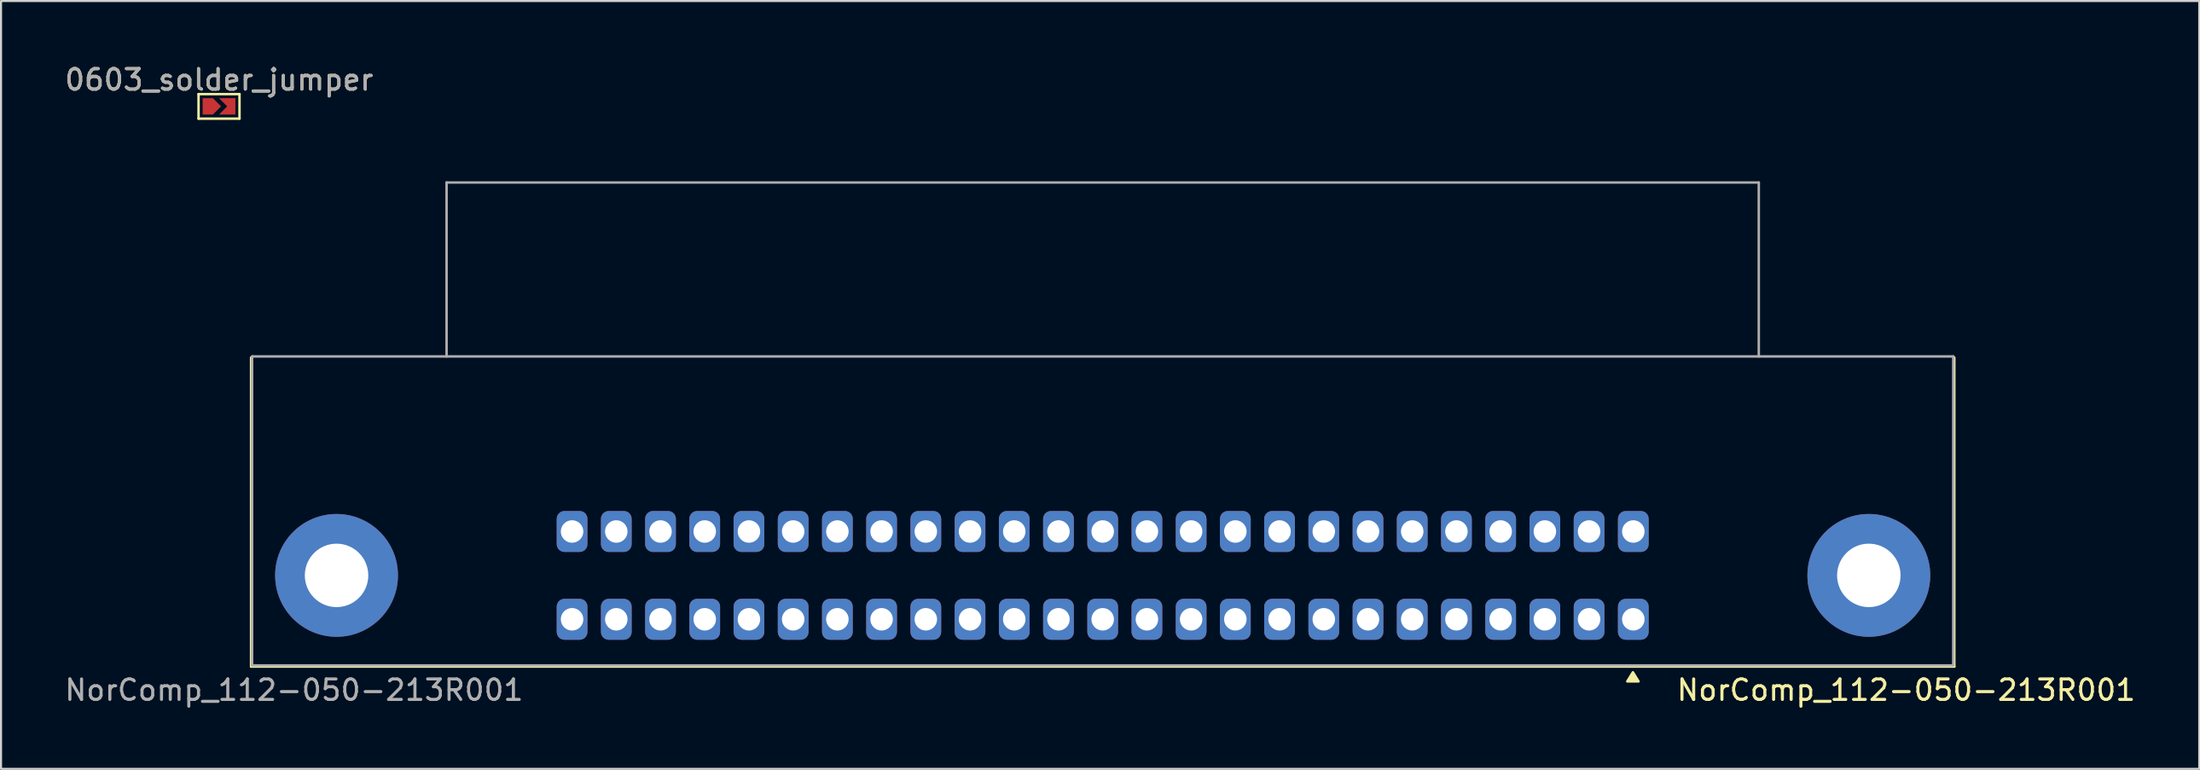
<source format=kicad_pcb>
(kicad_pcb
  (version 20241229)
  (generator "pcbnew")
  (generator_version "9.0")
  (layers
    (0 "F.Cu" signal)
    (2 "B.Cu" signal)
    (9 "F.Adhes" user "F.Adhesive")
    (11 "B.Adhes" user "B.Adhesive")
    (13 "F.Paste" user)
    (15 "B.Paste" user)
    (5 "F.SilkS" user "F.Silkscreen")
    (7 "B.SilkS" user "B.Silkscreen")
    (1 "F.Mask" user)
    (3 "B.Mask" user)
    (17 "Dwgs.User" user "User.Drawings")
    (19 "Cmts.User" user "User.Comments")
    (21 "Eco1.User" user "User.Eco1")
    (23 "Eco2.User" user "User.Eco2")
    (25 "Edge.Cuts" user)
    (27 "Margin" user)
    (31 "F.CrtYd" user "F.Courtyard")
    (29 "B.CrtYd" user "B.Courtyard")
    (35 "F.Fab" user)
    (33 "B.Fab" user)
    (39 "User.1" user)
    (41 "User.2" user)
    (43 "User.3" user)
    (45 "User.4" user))
  (footprint "NorComp_112-050-213R001"
    (layer "F.Cu")
    (at 50.815 22.923)
    (property "Reference" "NorComp_112-050-213R001" (at 39.25 7.75 0) (unlocked yes) (layer "F.SilkS") (effects (font (size 1 1) (thickness 0.15))))
    (attr through_hole)
    (fp_line (start -41.6 6.6) (end -41.6 -8.5) (stroke (width 0.12) (type solid)) (layer "F.SilkS"))
    (fp_line (start 41.6 -8.5) (end 41.6 6.6) (stroke (width 0.12) (type solid)) (layer "F.SilkS"))
    (fp_line (start 41.6 6.6) (end -41.6 6.6) (stroke (width 0.12) (type solid)) (layer "F.SilkS"))
    (fp_poly (pts (xy 26.175 7.325) (xy 25.625 7.325) (xy 25.9 6.88)) (stroke (width 0.12) (type solid)) (fill yes) (layer "F.SilkS"))
    (fp_line (start -41.55 -8.555) (end -41.55 6.545) (stroke (width 0.12) (type solid)) (layer "F.Fab"))
    (fp_line (start -41.55 -8.555) (end 41.55 -8.555) (stroke (width 0.12) (type solid)) (layer "F.Fab"))
    (fp_line (start -32.05 -17.055) (end -32.05 -8.555) (stroke (width 0.12) (type solid)) (layer "F.Fab"))
    (fp_line (start -32.05 -17.055) (end 32.05 -17.055) (stroke (width 0.12) (type solid)) (layer "F.Fab"))
    (fp_line (start 32.05 -17.055) (end 32.05 -8.555) (stroke (width 0.12) (type solid)) (layer "F.Fab"))
    (fp_line (start 41.55 -8.555) (end 41.55 6.545) (stroke (width 0.12) (type solid)) (layer "F.Fab"))
    (fp_line (start 41.55 6.545) (end -41.55 6.545) (stroke (width 0.12) (type solid)) (layer "F.Fab"))
    (fp_text user "${REFERENCE}" (at -39.5 7.75 0) (unlocked yes) (layer "F.Fab") (effects (font (size 1 1) (thickness 0.15))))
    (pad "1" thru_hole roundrect (at 25.92 4.29 180) (size 1.5 2) (drill 1.1) (layers "*.Cu" "*.Mask") (roundrect_rratio 0.25))
    (pad "2" thru_hole roundrect (at 23.76 4.29 180) (size 1.5 2) (drill 1.1) (layers "*.Cu" "*.Mask") (roundrect_rratio 0.25))
    (pad "3" thru_hole roundrect (at 21.6 4.29 180) (size 1.5 2) (drill 1.1) (layers "*.Cu" "*.Mask") (roundrect_rratio 0.25))
    (pad "4" thru_hole roundrect (at 19.44 4.29 180) (size 1.5 2) (drill 1.1) (layers "*.Cu" "*.Mask") (roundrect_rratio 0.25))
    (pad "5" thru_hole roundrect (at 17.28 4.29 180) (size 1.5 2) (drill 1.1) (layers "*.Cu" "*.Mask") (roundrect_rratio 0.25))
    (pad "6" thru_hole roundrect (at 15.12 4.29 180) (size 1.5 2) (drill 1.1) (layers "*.Cu" "*.Mask") (roundrect_rratio 0.25))
    (pad "7" thru_hole roundrect (at 12.96 4.29 180) (size 1.5 2) (drill 1.1) (layers "*.Cu" "*.Mask") (roundrect_rratio 0.25))
    (pad "8" thru_hole roundrect (at 10.8 4.29 180) (size 1.5 2) (drill 1.1) (layers "*.Cu" "*.Mask") (roundrect_rratio 0.25))
    (pad "9" thru_hole roundrect (at 8.64 4.29 180) (size 1.5 2) (drill 1.1) (layers "*.Cu" "*.Mask") (roundrect_rratio 0.25))
    (pad "10" thru_hole roundrect (at 6.48 4.29 180) (size 1.5 2) (drill 1.1) (layers "*.Cu" "*.Mask") (roundrect_rratio 0.25))
    (pad "11" thru_hole roundrect (at 4.32 4.29 180) (size 1.5 2) (drill 1.1) (layers "*.Cu" "*.Mask") (roundrect_rratio 0.25))
    (pad "12" thru_hole roundrect (at 2.16 4.29 180) (size 1.5 2) (drill 1.1) (layers "*.Cu" "*.Mask") (roundrect_rratio 0.25))
    (pad "13" thru_hole roundrect (at 0 4.29 180) (size 1.5 2) (drill 1.1) (layers "*.Cu" "*.Mask") (roundrect_rratio 0.25))
    (pad "14" thru_hole roundrect (at -2.16 4.29 180) (size 1.5 2) (drill 1.1) (layers "*.Cu" "*.Mask") (roundrect_rratio 0.25))
    (pad "15" thru_hole roundrect (at -4.32 4.29 180) (size 1.5 2) (drill 1.1) (layers "*.Cu" "*.Mask") (roundrect_rratio 0.25))
    (pad "16" thru_hole roundrect (at -6.48 4.29 180) (size 1.5 2) (drill 1.1) (layers "*.Cu" "*.Mask") (roundrect_rratio 0.25))
    (pad "17" thru_hole roundrect (at -8.64 4.29 180) (size 1.5 2) (drill 1.1) (layers "*.Cu" "*.Mask") (roundrect_rratio 0.25))
    (pad "18" thru_hole roundrect (at -10.8 4.29 180) (size 1.5 2) (drill 1.1) (layers "*.Cu" "*.Mask") (roundrect_rratio 0.25))
    (pad "19" thru_hole roundrect (at -12.96 4.29 180) (size 1.5 2) (drill 1.1) (layers "*.Cu" "*.Mask") (roundrect_rratio 0.25))
    (pad "20" thru_hole roundrect (at -15.12 4.29 180) (size 1.5 2) (drill 1.1) (layers "*.Cu" "*.Mask") (roundrect_rratio 0.25))
    (pad "21" thru_hole roundrect (at -17.28 4.29 180) (size 1.5 2) (drill 1.1) (layers "*.Cu" "*.Mask") (roundrect_rratio 0.25))
    (pad "22" thru_hole roundrect (at -19.44 4.29 180) (size 1.5 2) (drill 1.1) (layers "*.Cu" "*.Mask") (roundrect_rratio 0.25))
    (pad "23" thru_hole roundrect (at -21.6 4.29 180) (size 1.5 2) (drill 1.1) (layers "*.Cu" "*.Mask") (roundrect_rratio 0.25))
    (pad "24" thru_hole roundrect (at -23.76 4.29 180) (size 1.5 2) (drill 1.1) (layers "*.Cu" "*.Mask") (roundrect_rratio 0.25))
    (pad "25" thru_hole roundrect (at -25.92 4.29 180) (size 1.5 2) (drill 1.1) (layers "*.Cu" "*.Mask") (roundrect_rratio 0.25))
    (pad "26" thru_hole roundrect (at 25.92 0 180) (size 1.5 2) (drill 1.1) (layers "*.Cu" "*.Mask") (roundrect_rratio 0.25))
    (pad "27" thru_hole roundrect (at 23.76 0 180) (size 1.5 2) (drill 1.1) (layers "*.Cu" "*.Mask") (roundrect_rratio 0.25))
    (pad "28" thru_hole roundrect (at 21.6 0 180) (size 1.5 2) (drill 1.1) (layers "*.Cu" "*.Mask") (roundrect_rratio 0.25))
    (pad "29" thru_hole roundrect (at 19.44 0 180) (size 1.5 2) (drill 1.1) (layers "*.Cu" "*.Mask") (roundrect_rratio 0.25))
    (pad "30" thru_hole roundrect (at 17.28 0 180) (size 1.5 2) (drill 1.1) (layers "*.Cu" "*.Mask") (roundrect_rratio 0.25))
    (pad "31" thru_hole roundrect (at 15.12 0 180) (size 1.5 2) (drill 1.1) (layers "*.Cu" "*.Mask") (roundrect_rratio 0.25))
    (pad "32" thru_hole roundrect (at 12.96 0 180) (size 1.5 2) (drill 1.1) (layers "*.Cu" "*.Mask") (roundrect_rratio 0.25))
    (pad "33" thru_hole roundrect (at 10.8 0 180) (size 1.5 2) (drill 1.1) (layers "*.Cu" "*.Mask") (roundrect_rratio 0.25))
    (pad "34" thru_hole roundrect (at 8.64 0 180) (size 1.5 2) (drill 1.1) (layers "*.Cu" "*.Mask") (roundrect_rratio 0.25))
    (pad "35" thru_hole roundrect (at 6.48 0 180) (size 1.5 2) (drill 1.1) (layers "*.Cu" "*.Mask") (roundrect_rratio 0.25))
    (pad "36" thru_hole roundrect (at 4.32 0 180) (size 1.5 2) (drill 1.1) (layers "*.Cu" "*.Mask") (roundrect_rratio 0.25))
    (pad "37" thru_hole roundrect (at 2.16 0 180) (size 1.5 2) (drill 1.1) (layers "*.Cu" "*.Mask") (roundrect_rratio 0.25))
    (pad "38" thru_hole roundrect (at 0 0 180) (size 1.5 2) (drill 1.1) (layers "*.Cu" "*.Mask") (roundrect_rratio 0.25))
    (pad "39" thru_hole roundrect (at -2.16 0 180) (size 1.5 2) (drill 1.1) (layers "*.Cu" "*.Mask") (roundrect_rratio 0.25))
    (pad "40" thru_hole roundrect (at -4.32 0 180) (size 1.5 2) (drill 1.1) (layers "*.Cu" "*.Mask") (roundrect_rratio 0.25))
    (pad "41" thru_hole roundrect (at -6.48 0 180) (size 1.5 2) (drill 1.1) (layers "*.Cu" "*.Mask") (roundrect_rratio 0.25))
    (pad "42" thru_hole roundrect (at -8.64 0 180) (size 1.5 2) (drill 1.1) (layers "*.Cu" "*.Mask") (roundrect_rratio 0.25))
    (pad "43" thru_hole roundrect (at -10.8 0 180) (size 1.5 2) (drill 1.1) (layers "*.Cu" "*.Mask") (roundrect_rratio 0.25))
    (pad "44" thru_hole roundrect (at -12.96 0 180) (size 1.5 2) (drill 1.1) (layers "*.Cu" "*.Mask") (roundrect_rratio 0.25))
    (pad "45" thru_hole roundrect (at -15.12 0 180) (size 1.5 2) (drill 1.1) (layers "*.Cu" "*.Mask") (roundrect_rratio 0.25))
    (pad "46" thru_hole roundrect (at -17.28 0 180) (size 1.5 2) (drill 1.1) (layers "*.Cu" "*.Mask") (roundrect_rratio 0.25))
    (pad "47" thru_hole roundrect (at -19.44 0 180) (size 1.5 2) (drill 1.1) (layers "*.Cu" "*.Mask") (roundrect_rratio 0.25))
    (pad "48" thru_hole roundrect (at -21.6 0 180) (size 1.5 2) (drill 1.1) (layers "*.Cu" "*.Mask") (roundrect_rratio 0.25))
    (pad "49" thru_hole roundrect (at -23.76 0 180) (size 1.5 2) (drill 1.1) (layers "*.Cu" "*.Mask") (roundrect_rratio 0.25))
    (pad "50" thru_hole roundrect (at -25.92 0 180) (size 1.5 2) (drill 1.1) (layers "*.Cu" "*.Mask") (roundrect_rratio 0.25))
    (pad "51" thru_hole circle (at -37.425 2.145) (size 6 6) (drill 3.1) (layers "*.Cu" "*.Mask"))
    (pad "52" thru_hole circle (at 37.425 2.145) (size 6 6) (drill 3.1) (layers "*.Cu" "*.Mask")))
  (footprint "0603_solder_jumper"
    (layer "F.Cu")
    (at 7.649 2.148)
    (property "Reference" "0603_solder_jumper" (at 0 -1.3 0) (unlocked yes) (layer "F.SilkS") (effects (font (size 1 1) (thickness 0.15))))
    (attr smd)
    (fp_rect (start -0.8 -0.4) (end 0.8 0.4) (stroke (width 0) (type solid)) (fill yes) (layer "F.Mask"))
    (fp_line (start -1 -0.6) (end 1 -0.6) (stroke (width 0.12) (type solid)) (layer "F.SilkS"))
    (fp_line (start -1 0.6) (end -1 -0.6) (stroke (width 0.12) (type solid)) (layer "F.SilkS"))
    (fp_line (start 1 -0.6) (end 1 0.6) (stroke (width 0.12) (type solid)) (layer "F.SilkS"))
    (fp_line (start 1 0.6) (end -1 0.6) (stroke (width 0.12) (type solid)) (layer "F.SilkS"))
    (fp_text user "${REFERENCE}" (at 0 -1.3 0) (unlocked yes) (layer "F.Fab") (effects (font (size 1 1) (thickness 0.15))))
    (pad "1" smd custom (at -0.456 0) (size 0.312 0.3) (layers "F.Cu" "F.Mask" "F.Paste") (options (anchor rect)) (primitives (gr_poly (pts (xy 0.556 0) (xy 0.156 0.4) (xy -0.344 0.4) (xy -0.344 -0.4) (xy 0.156 -0.4)) (width 0) (fill yes))))
    (pad "2" smd custom (at 0.6 0) (size 0.3 0.3) (layers "F.Cu" "F.Mask" "F.Paste") (options (anchor rect)) (primitives (gr_poly (pts (xy 0.2 0.4) (xy -0.6 0.4) (xy -0.2 0) (xy -0.6 -0.4) (xy 0.2 -0.4)) (width 0) (fill yes)))))
  (gr_rect
    (start -3 -3)
    (end 104.381 34.522)
    (stroke (width 0.1) (type default))
    (fill no)
    (layer "Edge.Cuts")))
</source>
